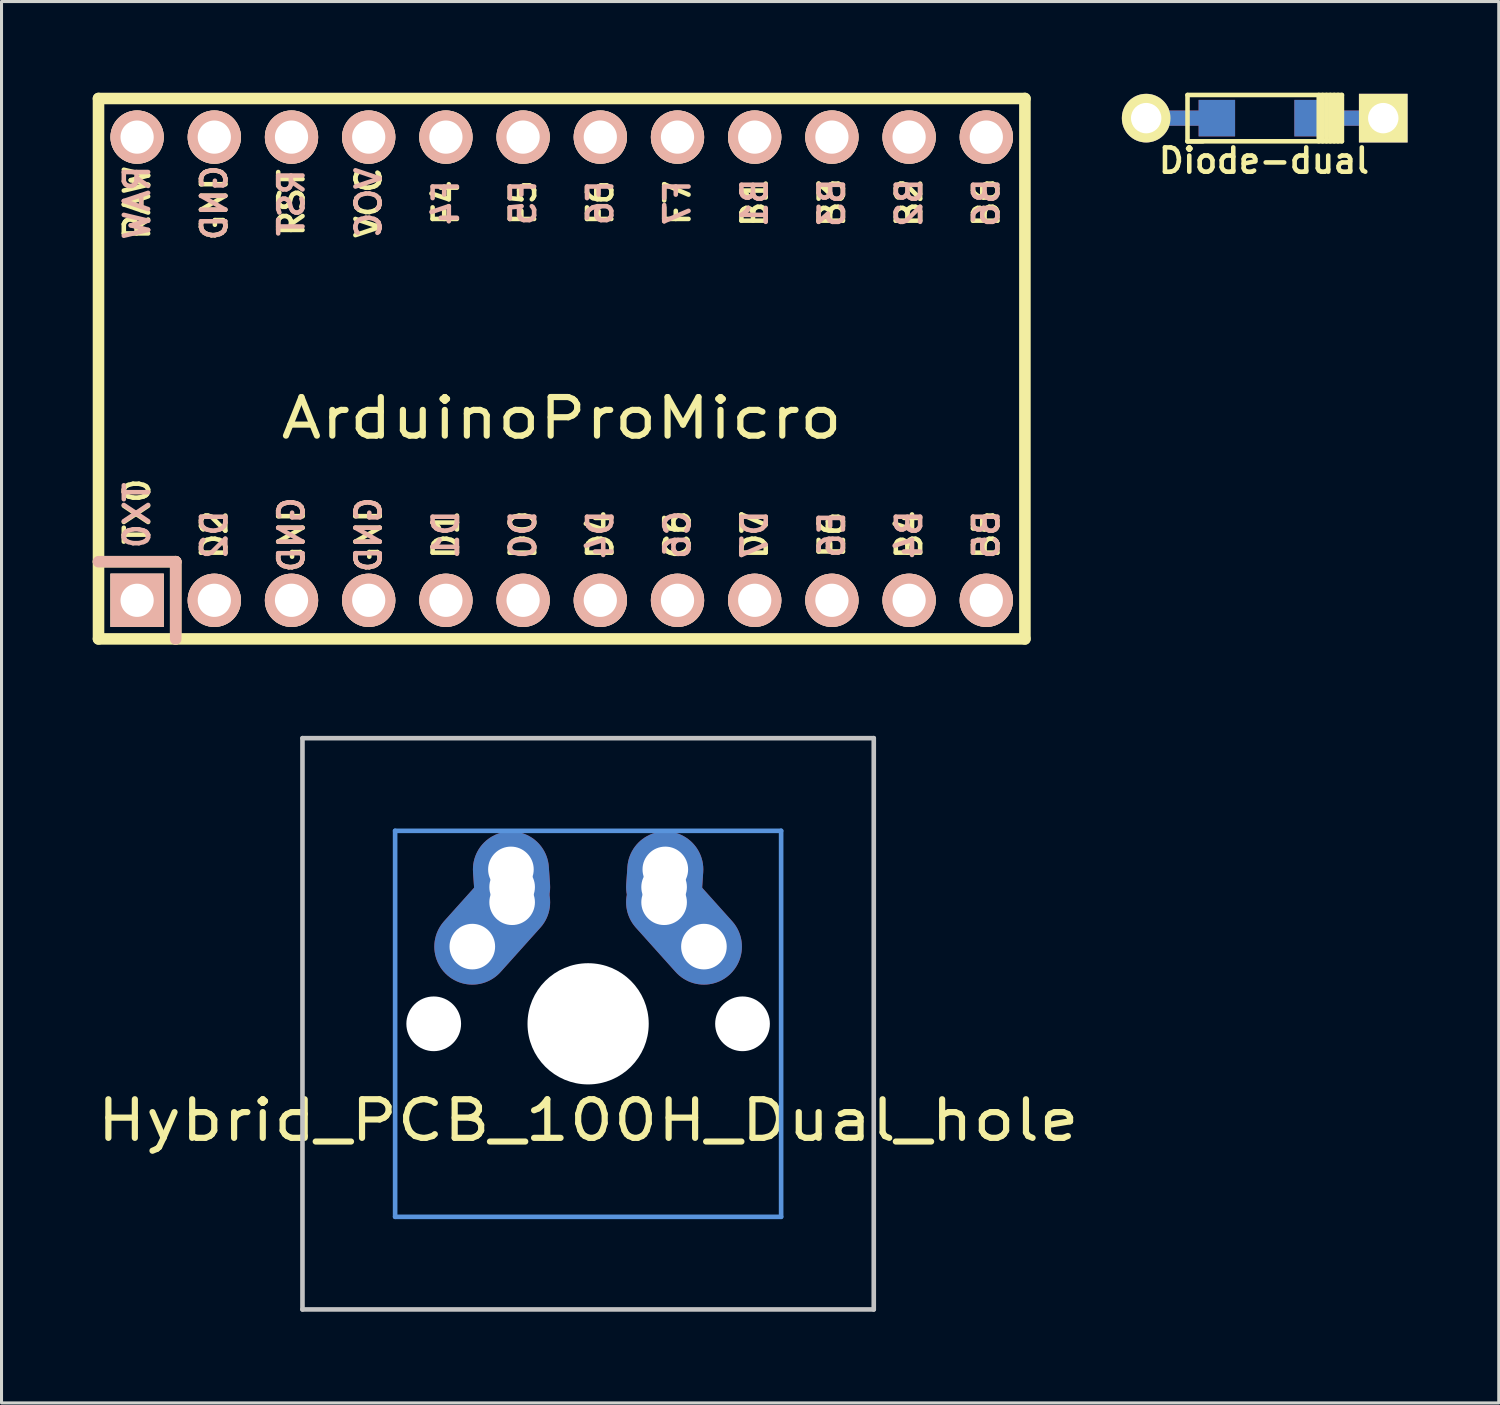
<source format=kicad_pcb>
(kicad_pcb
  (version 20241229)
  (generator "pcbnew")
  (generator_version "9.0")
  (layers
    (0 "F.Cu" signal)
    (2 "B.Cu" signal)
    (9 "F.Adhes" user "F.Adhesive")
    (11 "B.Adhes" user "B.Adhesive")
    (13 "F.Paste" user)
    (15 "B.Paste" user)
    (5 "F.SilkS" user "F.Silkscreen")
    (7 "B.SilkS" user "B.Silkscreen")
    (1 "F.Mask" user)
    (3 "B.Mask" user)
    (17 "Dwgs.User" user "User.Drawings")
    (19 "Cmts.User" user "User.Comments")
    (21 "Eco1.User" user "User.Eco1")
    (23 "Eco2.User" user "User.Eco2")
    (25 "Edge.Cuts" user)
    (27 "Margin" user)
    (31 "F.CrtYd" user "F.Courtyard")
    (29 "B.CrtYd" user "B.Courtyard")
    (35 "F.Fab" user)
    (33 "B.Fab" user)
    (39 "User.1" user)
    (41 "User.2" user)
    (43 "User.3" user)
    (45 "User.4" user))
  (footprint "Diode-dual"
    (layer "F.Cu")
    (at 38.561 0.837)
    (property "Reference" "Diode-dual" (at -0.025 1.4 0) (layer "F.SilkS") (effects (font (size 0.8 0.8) (thickness 0.15))))
    (attr smd)
    (fp_line (start -2.54 -0.762) (end -2.54 0.762) (stroke (width 0.15) (type solid)) (layer "F.SilkS"))
    (fp_line (start -2.54 0.762) (end -2.032 0.762) (stroke (width 0.15) (type solid)) (layer "F.SilkS"))
    (fp_line (start -2.54 0.762) (end 2.54 0.762) (stroke (width 0.15) (type solid)) (layer "F.SilkS"))
    (fp_line (start 1.778 0.762) (end 1.778 -0.762) (stroke (width 0.15) (type solid)) (layer "F.SilkS"))
    (fp_line (start 1.905 0.762) (end 1.905 -0.762) (stroke (width 0.15) (type solid)) (layer "F.SilkS"))
    (fp_line (start 2.032 -0.762) (end 2.032 0.762) (stroke (width 0.15) (type solid)) (layer "F.SilkS"))
    (fp_line (start 2.159 0.762) (end 2.159 -0.762) (stroke (width 0.15) (type solid)) (layer "F.SilkS"))
    (fp_line (start 2.286 -0.762) (end 2.286 0.762) (stroke (width 0.15) (type solid)) (layer "F.SilkS"))
    (fp_line (start 2.413 0.762) (end 2.413 -0.762) (stroke (width 0.15) (type solid)) (layer "F.SilkS"))
    (fp_line (start 2.54 -0.762) (end -2.54 -0.762) (stroke (width 0.15) (type solid)) (layer "F.SilkS"))
    (fp_line (start 2.54 0.762) (end 2.54 -0.762) (stroke (width 0.15) (type solid)) (layer "F.SilkS"))
    (pad "1" smd rect (at 1.575 0) (size 1.2 1.2) (layers "F.Cu" "F.Mask" "F.Paste"))
    (pad "1" smd rect (at 1.575 0) (size 1.2 1.2) (layers "B.Cu" "B.Mask" "B.Paste"))
    (pad "1" smd rect (at 2.7 0) (size 2.5 0.5) (layers "F.Cu"))
    (pad "1" smd rect (at 2.7 0) (size 2.5 0.5) (layers "B.Cu"))
    (pad "1" thru_hole rect (at 3.9 0) (size 1.6 1.6) (drill 1) (layers "*.Cu" "*.Mask" "F.SilkS"))
    (pad "2" thru_hole circle (at -3.9 0) (size 1.6 1.6) (drill 1) (layers "*.Cu" "*.Mask" "F.SilkS"))
    (pad "2" smd rect (at -2.7 0) (size 2.5 0.5) (layers "F.Cu"))
    (pad "2" smd rect (at -2.7 0) (size 2.5 0.5) (layers "B.Cu"))
    (pad "2" smd rect (at -1.575 0) (size 1.2 1.2) (layers "F.Cu" "F.Mask" "F.Paste"))
    (pad "2" smd rect (at -1.575 0) (size 1.2 1.2) (layers "B.Cu" "B.Mask" "B.Paste")))
  (footprint "ArduinoProMicro"
    (layer "F.Cu")
    (at 15.431 9.081)
    (property "Reference" "ArduinoProMicro" (at 0 1.625 0) (layer "F.SilkS") (effects (font (size 1.27 1.524) (thickness 0.203))))
    (attr through_hole)
    (fp_line (start -15.24 -8.89) (end -15.24 8.89) (stroke (width 0.381) (type solid)) (layer "F.SilkS"))
    (fp_line (start -15.24 6.35) (end -12.7 6.35) (stroke (width 0.381) (type solid)) (layer "F.SilkS"))
    (fp_line (start -15.24 8.89) (end 15.24 8.89) (stroke (width 0.381) (type solid)) (layer "F.SilkS"))
    (fp_line (start -12.7 6.35) (end -12.7 8.89) (stroke (width 0.381) (type solid)) (layer "F.SilkS"))
    (fp_line (start 15.24 -8.89) (end -15.24 -8.89) (stroke (width 0.381) (type solid)) (layer "F.SilkS"))
    (fp_line (start 15.24 8.89) (end 15.24 -8.89) (stroke (width 0.381) (type solid)) (layer "F.SilkS"))
    (fp_line (start -15.24 6.35) (end -12.7 6.35) (stroke (width 0.381) (type solid)) (layer "B.SilkS"))
    (fp_line (start -12.7 6.35) (end -12.7 8.89) (stroke (width 0.381) (type solid)) (layer "B.SilkS"))
    (fp_text user "C6" (at 3.81 5.461 90) (layer "F.SilkS") (effects (font (size 0.8 0.8) (thickness 0.15))))
    (fp_text user "RST" (at -8.89 -5.461 90) (layer "F.SilkS") (effects (font (size 0.8 0.8) (thickness 0.15))))
    (fp_text user "D0" (at -1.27 5.461 90) (layer "F.SilkS") (effects (font (size 0.8 0.8) (thickness 0.15))))
    (fp_text user "RAW" (at -13.97 -5.461 90) (layer "F.SilkS") (effects (font (size 0.8 0.8) (thickness 0.15))))
    (fp_text user "B3" (at 8.89 -5.461 90) (layer "F.SilkS") (effects (font (size 0.8 0.8) (thickness 0.15))))
    (fp_text user "F7" (at 3.81 -5.461 90) (layer "F.SilkS") (effects (font (size 0.8 0.8) (thickness 0.15))))
    (fp_text user "B1" (at 6.35 -5.461 90) (layer "F.SilkS") (effects (font (size 0.8 0.8) (thickness 0.15))))
    (fp_text user "D4" (at 1.27 5.461 90) (layer "F.SilkS") (effects (font (size 0.8 0.8) (thickness 0.15))))
    (fp_text user "D7" (at 6.35 5.461 90) (layer "F.SilkS") (effects (font (size 0.8 0.8) (thickness 0.15))))
    (fp_text user "F4" (at -3.81 -5.461 90) (layer "F.SilkS") (effects (font (size 0.8 0.8) (thickness 0.15))))
    (fp_text user "B4" (at 11.43 5.461 90) (layer "F.SilkS") (effects (font (size 0.8 0.8) (thickness 0.15))))
    (fp_text user "VCC" (at -6.35 -5.461 90) (layer "F.SilkS") (effects (font (size 0.8 0.8) (thickness 0.15))))
    (fp_text user "TX0" (at -13.97 4.699 90) (layer "F.SilkS") (effects (font (size 0.8 0.8) (thickness 0.15))))
    (fp_text user "B2" (at 11.43 -5.461 90) (layer "F.SilkS") (effects (font (size 0.8 0.8) (thickness 0.15))))
    (fp_text user "D1" (at -3.81 5.461 90) (layer "F.SilkS") (effects (font (size 0.8 0.8) (thickness 0.15))))
    (fp_text user "GND" (at -11.43 -5.461 90) (layer "F.SilkS") (effects (font (size 0.8 0.8) (thickness 0.15))))
    (fp_text user "B6" (at 13.97 -5.461 90) (layer "F.SilkS") (effects (font (size 0.8 0.8) (thickness 0.15))))
    (fp_text user "B5" (at 13.97 5.461 90) (layer "F.SilkS") (effects (font (size 0.8 0.8) (thickness 0.15))))
    (fp_text user "F6" (at 1.27 -5.461 90) (layer "F.SilkS") (effects (font (size 0.8 0.8) (thickness 0.15))))
    (fp_text user "F5" (at -1.27 -5.461 90) (layer "F.SilkS") (effects (font (size 0.8 0.8) (thickness 0.15))))
    (fp_text user "GND" (at -6.35 5.461 90) (layer "F.SilkS") (effects (font (size 0.8 0.8) (thickness 0.15))))
    (fp_text user "GND" (at -8.89 5.461 90) (layer "F.SilkS") (effects (font (size 0.8 0.8) (thickness 0.15))))
    (fp_text user "D2" (at -11.43 5.461 90) (layer "F.SilkS") (effects (font (size 0.8 0.8) (thickness 0.15))))
    (fp_text user "E6" (at 8.89 5.461 90) (layer "F.SilkS") (effects (font (size 0.8 0.8) (thickness 0.15))))
    (fp_text user "RAW" (at -13.97 -5.461 90) (layer "B.SilkS") (effects (font (size 0.8 0.8) (thickness 0.15)) (justify mirror)))
    (fp_text user "B4" (at 11.43 5.461 90) (layer "B.SilkS") (effects (font (size 0.8 0.8) (thickness 0.15)) (justify mirror)))
    (fp_text user "D0" (at -1.27 5.461 90) (layer "B.SilkS") (effects (font (size 0.8 0.8) (thickness 0.15)) (justify mirror)))
    (fp_text user "RST" (at -8.89 -5.461 90) (layer "B.SilkS") (effects (font (size 0.8 0.8) (thickness 0.15)) (justify mirror)))
    (fp_text user "B5" (at 13.97 5.461 90) (layer "B.SilkS") (effects (font (size 0.8 0.8) (thickness 0.15)) (justify mirror)))
    (fp_text user "GND" (at -11.43 -5.461 90) (layer "B.SilkS") (effects (font (size 0.8 0.8) (thickness 0.15)) (justify mirror)))
    (fp_text user "D1" (at -3.81 5.461 90) (layer "B.SilkS") (effects (font (size 0.8 0.8) (thickness 0.15)) (justify mirror)))
    (fp_text user "E6" (at 8.89 5.461 90) (layer "B.SilkS") (effects (font (size 0.8 0.8) (thickness 0.15)) (justify mirror)))
    (fp_text user "B6" (at 13.97 -5.461 90) (layer "B.SilkS") (effects (font (size 0.8 0.8) (thickness 0.15)) (justify mirror)))
    (fp_text user "VCC" (at -6.35 -5.461 90) (layer "B.SilkS") (effects (font (size 0.8 0.8) (thickness 0.15)) (justify mirror)))
    (fp_text user "B1" (at 6.35 -5.461 90) (layer "B.SilkS") (effects (font (size 0.8 0.8) (thickness 0.15)) (justify mirror)))
    (fp_text user "F6" (at 1.27 -5.461 90) (layer "B.SilkS") (effects (font (size 0.8 0.8) (thickness 0.15)) (justify mirror)))
    (fp_text user "D7" (at 6.35 5.461 90) (layer "B.SilkS") (effects (font (size 0.8 0.8) (thickness 0.15)) (justify mirror)))
    (fp_text user "GND" (at -6.35 5.461 90) (layer "B.SilkS") (effects (font (size 0.8 0.8) (thickness 0.15)) (justify mirror)))
    (fp_text user "C6" (at 3.81 5.461 90) (layer "B.SilkS") (effects (font (size 0.8 0.8) (thickness 0.15)) (justify mirror)))
    (fp_text user "GND" (at -8.89 5.461 90) (layer "B.SilkS") (effects (font (size 0.8 0.8) (thickness 0.15)) (justify mirror)))
    (fp_text user "F5" (at -1.27 -5.461 90) (layer "B.SilkS") (effects (font (size 0.8 0.8) (thickness 0.15)) (justify mirror)))
    (fp_text user "TX0" (at -13.97 4.826 90) (layer "B.SilkS") (effects (font (size 0.8 0.8) (thickness 0.15)) (justify mirror)))
    (fp_text user "D2" (at -11.43 5.461 90) (layer "B.SilkS") (effects (font (size 0.8 0.8) (thickness 0.15)) (justify mirror)))
    (fp_text user "B3" (at 8.89 -5.461 90) (layer "B.SilkS") (effects (font (size 0.8 0.8) (thickness 0.15)) (justify mirror)))
    (fp_text user "D4" (at 1.27 5.461 90) (layer "B.SilkS") (effects (font (size 0.8 0.8) (thickness 0.15)) (justify mirror)))
    (fp_text user "F7" (at 3.81 -5.461 90) (layer "B.SilkS") (effects (font (size 0.8 0.8) (thickness 0.15)) (justify mirror)))
    (fp_text user "F4" (at -3.81 -5.461 90) (layer "B.SilkS") (effects (font (size 0.8 0.8) (thickness 0.15)) (justify mirror)))
    (fp_text user "B2" (at 11.43 -5.461 90) (layer "B.SilkS") (effects (font (size 0.8 0.8) (thickness 0.15)) (justify mirror)))
    (pad "1" thru_hole rect (at -13.97 7.62) (size 1.753 1.753) (drill 1.092) (layers "*.Cu" "*.SilkS" "*.Mask"))
    (pad "2" thru_hole circle (at -11.43 7.62) (size 1.753 1.753) (drill 1.092) (layers "*.Cu" "*.SilkS" "*.Mask"))
    (pad "3" thru_hole circle (at -8.89 7.62) (size 1.753 1.753) (drill 1.092) (layers "*.Cu" "*.SilkS" "*.Mask"))
    (pad "4" thru_hole circle (at -6.35 7.62) (size 1.753 1.753) (drill 1.092) (layers "*.Cu" "*.SilkS" "*.Mask"))
    (pad "5" thru_hole circle (at -3.81 7.62) (size 1.753 1.753) (drill 1.092) (layers "*.Cu" "*.SilkS" "*.Mask"))
    (pad "6" thru_hole circle (at -1.27 7.62) (size 1.753 1.753) (drill 1.092) (layers "*.Cu" "*.SilkS" "*.Mask"))
    (pad "7" thru_hole circle (at 1.27 7.62) (size 1.753 1.753) (drill 1.092) (layers "*.Cu" "*.SilkS" "*.Mask"))
    (pad "8" thru_hole circle (at 3.81 7.62) (size 1.753 1.753) (drill 1.092) (layers "*.Cu" "*.SilkS" "*.Mask"))
    (pad "9" thru_hole circle (at 6.35 7.62) (size 1.753 1.753) (drill 1.092) (layers "*.Cu" "*.SilkS" "*.Mask"))
    (pad "10" thru_hole circle (at 8.89 7.62) (size 1.753 1.753) (drill 1.092) (layers "*.Cu" "*.SilkS" "*.Mask"))
    (pad "11" thru_hole circle (at 11.43 7.62) (size 1.753 1.753) (drill 1.092) (layers "*.Cu" "*.SilkS" "*.Mask"))
    (pad "12" thru_hole circle (at 13.97 7.62) (size 1.753 1.753) (drill 1.092) (layers "*.Cu" "*.SilkS" "*.Mask"))
    (pad "13" thru_hole circle (at 13.97 -7.62) (size 1.753 1.753) (drill 1.092) (layers "*.Cu" "*.SilkS" "*.Mask"))
    (pad "14" thru_hole circle (at 11.43 -7.62) (size 1.753 1.753) (drill 1.092) (layers "*.Cu" "*.SilkS" "*.Mask"))
    (pad "15" thru_hole circle (at 8.89 -7.62) (size 1.753 1.753) (drill 1.092) (layers "*.Cu" "*.SilkS" "*.Mask"))
    (pad "16" thru_hole circle (at 6.35 -7.62) (size 1.753 1.753) (drill 1.092) (layers "*.Cu" "*.SilkS" "*.Mask"))
    (pad "17" thru_hole circle (at 3.81 -7.62) (size 1.753 1.753) (drill 1.092) (layers "*.Cu" "*.SilkS" "*.Mask"))
    (pad "18" thru_hole circle (at 1.27 -7.62) (size 1.753 1.753) (drill 1.092) (layers "*.Cu" "*.SilkS" "*.Mask"))
    (pad "19" thru_hole circle (at -1.27 -7.62) (size 1.753 1.753) (drill 1.092) (layers "*.Cu" "*.SilkS" "*.Mask"))
    (pad "20" thru_hole circle (at -3.81 -7.62) (size 1.753 1.753) (drill 1.092) (layers "*.Cu" "*.SilkS" "*.Mask"))
    (pad "21" thru_hole circle (at -6.35 -7.62) (size 1.753 1.753) (drill 1.092) (layers "*.Cu" "*.SilkS" "*.Mask"))
    (pad "22" thru_hole circle (at -8.89 -7.62) (size 1.753 1.753) (drill 1.092) (layers "*.Cu" "*.SilkS" "*.Mask"))
    (pad "23" thru_hole circle (at -11.43 -7.62) (size 1.753 1.753) (drill 1.092) (layers "*.Cu" "*.SilkS" "*.Mask"))
    (pad "24" thru_hole circle (at -13.97 -7.62) (size 1.753 1.753) (drill 1.092) (layers "*.Cu" "*.SilkS" "*.Mask")))
  (footprint "Hybrid_PCB_100H_Dual_hole"
    (layer "F.Cu")
    (at 16.3 30.635)
    (property "Reference" "Hybrid_PCB_100H_Dual_hole" (at 0 3.175 0) (layer "F.SilkS") (effects (font (size 1.27 1.524) (thickness 0.203))))
    (attr through_hole)
    (fp_line (start -9.398 -9.398) (end 9.398 -9.398) (stroke (width 0.152) (type solid)) (layer "Dwgs.User"))
    (fp_line (start -9.398 9.398) (end -9.398 -9.398) (stroke (width 0.152) (type solid)) (layer "Dwgs.User"))
    (fp_line (start 9.398 -9.398) (end 9.398 9.398) (stroke (width 0.152) (type solid)) (layer "Dwgs.User"))
    (fp_line (start 9.398 9.398) (end -9.398 9.398) (stroke (width 0.152) (type solid)) (layer "Dwgs.User"))
    (fp_line (start -6.35 -6.35) (end 6.35 -6.35) (stroke (width 0.152) (type solid)) (layer "Cmts.User"))
    (fp_line (start -6.35 6.35) (end -6.35 -6.35) (stroke (width 0.152) (type solid)) (layer "Cmts.User"))
    (fp_line (start 6.35 -6.35) (end 6.35 6.35) (stroke (width 0.152) (type solid)) (layer "Cmts.User"))
    (fp_line (start 6.35 6.35) (end -6.35 6.35) (stroke (width 0.152) (type solid)) (layer "Cmts.User"))
    (fp_line (start -6.985 -6.985) (end 6.985 -6.985) (stroke (width 0.152) (type solid)) (layer "Eco2.User"))
    (fp_line (start -6.985 6.985) (end -6.985 -6.985) (stroke (width 0.152) (type solid)) (layer "Eco2.User"))
    (fp_line (start 6.985 -6.985) (end 6.985 6.985) (stroke (width 0.152) (type solid)) (layer "Eco2.User"))
    (fp_line (start 6.985 6.985) (end -6.985 6.985) (stroke (width 0.152) (type solid)) (layer "Eco2.User"))
    (pad "" np_thru_hole circle (at -5.08 0) (size 1.8 1.8) (drill 1.8) (layers "*.Cu"))
    (pad "" np_thru_hole circle (at 0 0) (size 3.988 3.988) (drill 3.988) (layers "*.Cu"))
    (pad "" np_thru_hole circle (at 5.08 0) (size 1.8 1.8) (drill 1.8) (layers "*.Cu"))
    (pad "1" thru_hole circle (at -3.81 -2.54 330.95) (size 2 2) (drill 1.5) (layers "*.Cu" "*.Mask"))
    (pad "1" smd oval (at -3.155 -3.27 138.1) (size 2.5 4.462) (layers "F.Cu" "F.Mask" "F.Paste"))
    (pad "1" smd oval (at -3.155 -3.27 138.1) (size 2.5 4.462) (layers "B.Cu" "B.Mask" "B.Paste"))
    (pad "1" thru_hole circle (at -2.54 -5.08 330.95) (size 2 2) (drill 1.5) (layers "*.Cu" "*.Mask"))
    (pad "1" smd oval (at -2.52 -4.79 3.945) (size 2.5 3.081) (layers "F.Cu" "F.Mask" "F.Paste"))
    (pad "1" smd oval (at -2.52 -4.79 3.945) (size 2.5 3.081) (layers "B.Cu" "B.Mask" "B.Paste"))
    (pad "1" thru_hole circle (at -2.5 -4.5 330.95) (size 2 2) (drill 1.5) (layers "*.Cu" "*.Mask"))
    (pad "1" thru_hole circle (at -2.5 -4 330.95) (size 2 2) (drill 1.5) (layers "*.Cu" "*.Mask"))
    (pad "2" thru_hole circle (at 2.5 -4.5 330.95) (size 2 2) (drill 1.5) (layers "*.Cu" "*.Mask"))
    (pad "2" thru_hole circle (at 2.5 -4) (size 2 2) (drill 1.5) (layers "*.Cu" "*.Mask"))
    (pad "2" smd oval (at 2.52 -4.79 356.055) (size 2.5 3.081) (layers "F.Cu" "F.Mask" "F.Paste"))
    (pad "2" smd oval (at 2.52 -4.79 356.055) (size 2.5 3.081) (layers "B.Cu" "B.Mask" "B.Paste"))
    (pad "2" thru_hole circle (at 2.54 -5.08 330.95) (size 2 2) (drill 1.5) (layers "*.Cu" "*.Mask"))
    (pad "2" smd oval (at 3.155 -3.27 221.9) (size 2.5 4.462) (layers "F.Cu" "F.Mask" "F.Paste"))
    (pad "2" smd oval (at 3.155 -3.27 221.9) (size 2.5 4.462) (layers "B.Cu" "B.Mask" "B.Paste"))
    (pad "2" thru_hole circle (at 3.81 -2.54 330.95) (size 2 2) (drill 1.5) (layers "*.Cu" "*.Mask")))
  (gr_rect
    (start -3 -3)
    (end 46.261 43.109)
    (stroke (width 0.1) (type default))
    (fill no)
    (layer "Edge.Cuts")))
</source>
